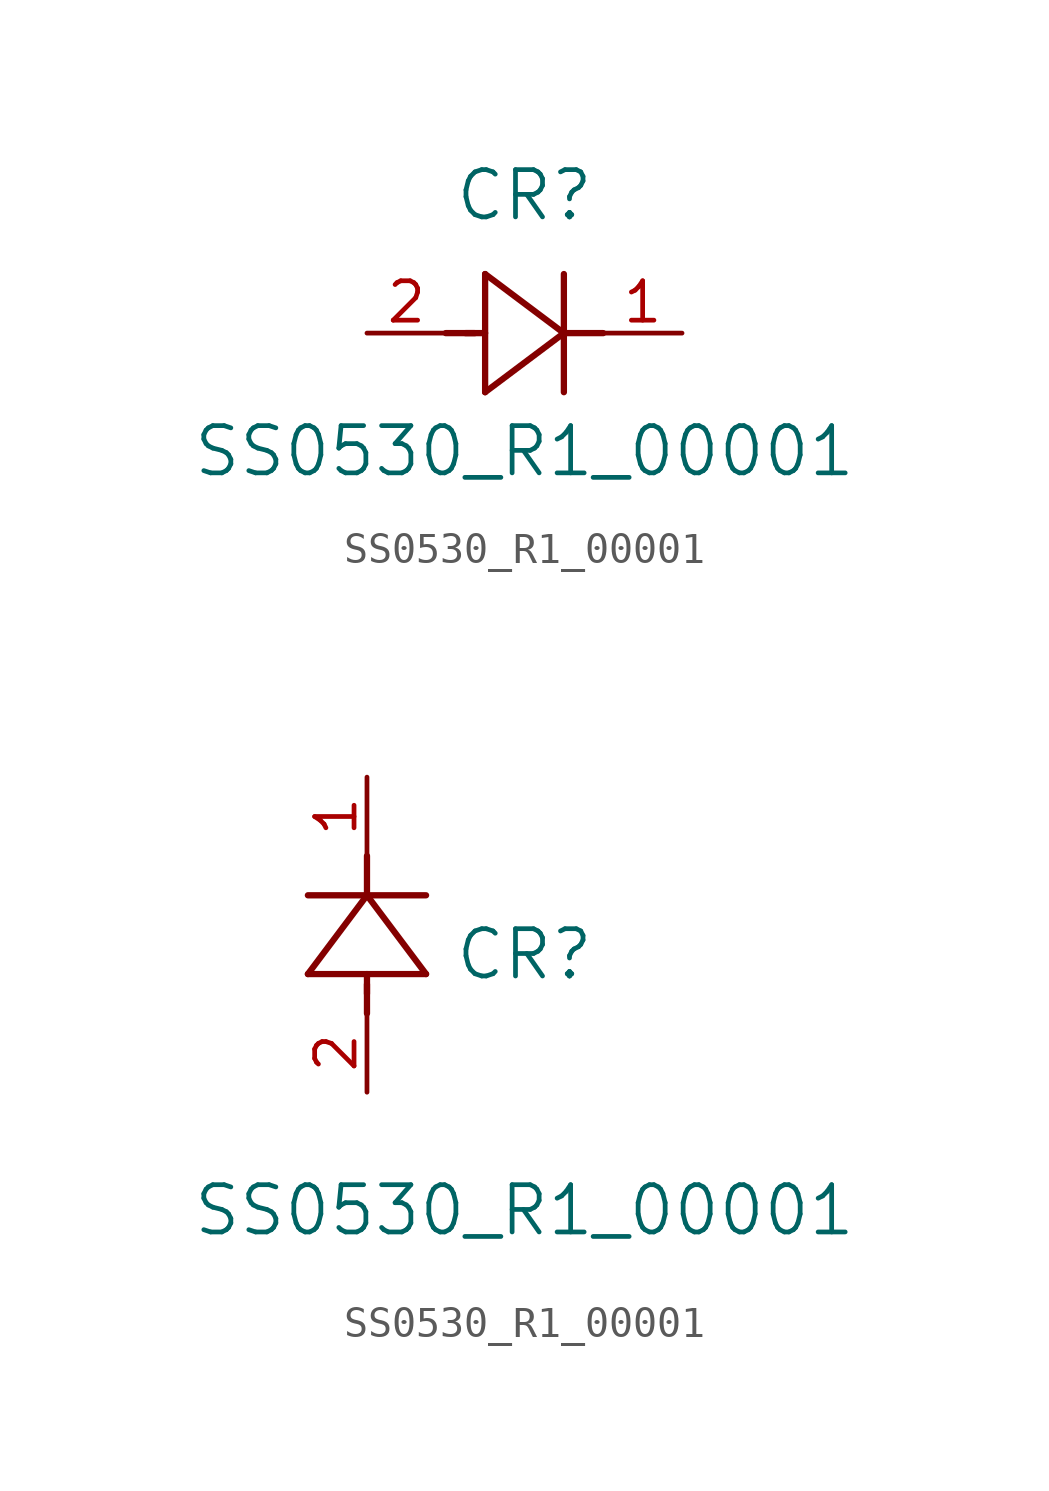
<source format=kicad_sym>
(kicad_symbol_lib
  (version 20211014)
  (generator kicad_symbol_editor)
  (symbol "SS0530_R1_00001"
    (pin_names
      (offset 0.254))
    (property "Reference" "CR"
      (at 5.08 4.445 0)
      (effects (font (size 1.524 1.524))))
    (property "Value" "SS0530_R1_00001"
      (at 5.08 -3.81 0)
      (effects (font (size 1.524 1.524))))
    (symbol "SS0530_R1_00001_1_1"
      (polyline (pts (xy 2.54 0) (xy 3.48 0)) (stroke (width 0.203) (type default) (color 0 0 0 0)) (fill (type none)))
      (polyline (pts (xy 3.81 1.905) (xy 3.81 -1.905)) (stroke (width 0.203) (type default) (color 0 0 0 0)) (fill (type none)))
      (polyline (pts (xy 3.175 0) (xy 3.81 0)) (stroke (width 0.203) (type default) (color 0 0 0 0)) (fill (type none)))
      (polyline (pts (xy 6.35 -1.905) (xy 6.35 1.905)) (stroke (width 0.203) (type default) (color 0 0 0 0)) (fill (type none)))
      (polyline (pts (xy 6.35 0) (xy 7.62 0)) (stroke (width 0.203) (type default) (color 0 0 0 0)) (fill (type none)))
      (polyline (pts (xy 6.35 0) (xy 3.81 1.905)) (stroke (width 0.203) (type default) (color 0 0 0 0)) (fill (type none)))
      (polyline (pts (xy 3.81 -1.905) (xy 6.35 0)) (stroke (width 0.203) (type default) (color 0 0 0 0)) (fill (type none)))
      (pin unspecified line (at 10.16 0 180) (length 2.54) (name "" (effects (font (size 1.27 1.27)))) (number "1" (effects (font (size 1.27 1.27)))))
      (pin unspecified line (at 0 0 0) (length 2.54) (name "" (effects (font (size 1.27 1.27)))) (number "2" (effects (font (size 1.27 1.27))))))
    (symbol "SS0530_R1_00001_1_2"
      (polyline (pts (xy 0 2.54) (xy 0 3.48)) (stroke (width 0.203) (type default) (color 0 0 0 0)) (fill (type none)))
      (polyline (pts (xy -1.905 3.81) (xy 1.905 3.81)) (stroke (width 0.203) (type default) (color 0 0 0 0)) (fill (type none)))
      (polyline (pts (xy 0 3.175) (xy 0 3.81)) (stroke (width 0.203) (type default) (color 0 0 0 0)) (fill (type none)))
      (polyline (pts (xy 1.905 6.35) (xy -1.905 6.35)) (stroke (width 0.203) (type default) (color 0 0 0 0)) (fill (type none)))
      (polyline (pts (xy 0 6.35) (xy 0 7.62)) (stroke (width 0.203) (type default) (color 0 0 0 0)) (fill (type none)))
      (polyline (pts (xy 0 6.35) (xy -1.905 3.81)) (stroke (width 0.203) (type default) (color 0 0 0 0)) (fill (type none)))
      (polyline (pts (xy 1.905 3.81) (xy 0 6.35)) (stroke (width 0.203) (type default) (color 0 0 0 0)) (fill (type none)))
      (pin unspecified line (at 0 10.16 270) (length 2.54) (name "" (effects (font (size 1.27 1.27)))) (number "1" (effects (font (size 1.27 1.27)))))
      (pin unspecified line (at 0 0 90) (length 2.54) (name "" (effects (font (size 1.27 1.27)))) (number "2" (effects (font (size 1.27 1.27))))))))
</source>
